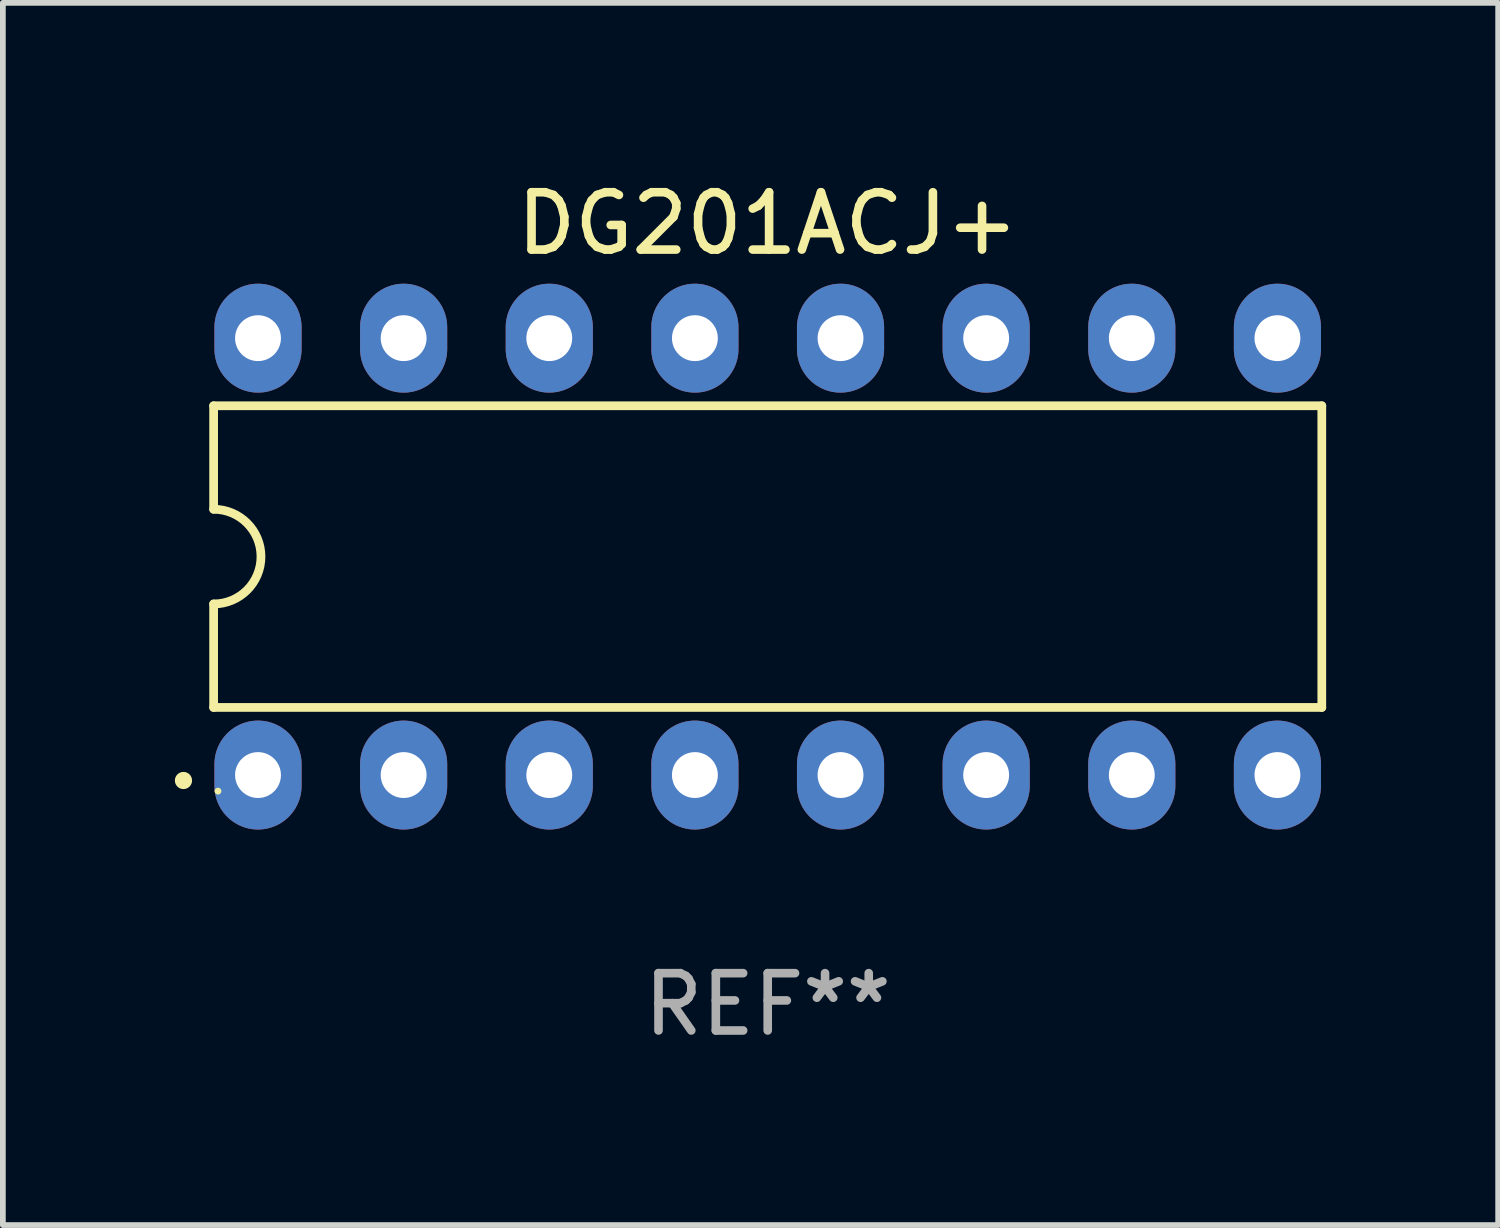
<source format=kicad_pcb>
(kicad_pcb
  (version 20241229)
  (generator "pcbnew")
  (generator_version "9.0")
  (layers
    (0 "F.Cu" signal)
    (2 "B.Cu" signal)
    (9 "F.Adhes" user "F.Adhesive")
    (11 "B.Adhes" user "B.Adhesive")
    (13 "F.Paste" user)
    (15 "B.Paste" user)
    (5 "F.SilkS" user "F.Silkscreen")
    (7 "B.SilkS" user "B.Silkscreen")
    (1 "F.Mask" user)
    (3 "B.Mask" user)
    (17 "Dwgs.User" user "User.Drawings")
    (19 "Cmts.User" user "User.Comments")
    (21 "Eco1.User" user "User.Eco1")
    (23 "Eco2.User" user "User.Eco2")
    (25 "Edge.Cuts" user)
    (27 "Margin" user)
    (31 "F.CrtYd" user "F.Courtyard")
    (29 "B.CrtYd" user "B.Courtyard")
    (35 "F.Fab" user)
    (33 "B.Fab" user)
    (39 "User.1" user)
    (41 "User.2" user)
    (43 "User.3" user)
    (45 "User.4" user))
  (footprint "DG201ACJ+"
    (layer "F.Cu")
    (at 10.34 6.658)
    (property "Reference" "DG201ACJ+" (at 0 -5.81 0) (layer "F.SilkS") (effects (font (size 1 1) (thickness 0.15))))
    (attr through_hole)
    (fp_line (start -9.664 -2.631) (end -9.664 -0.826) (stroke (width 0.152) (type solid)) (layer "F.SilkS"))
    (fp_line (start -9.664 0.826) (end -9.664 2.631) (stroke (width 0.152) (type solid)) (layer "F.SilkS"))
    (fp_line (start -9.664 2.631) (end 9.664 2.631) (stroke (width 0.152) (type solid)) (layer "F.SilkS"))
    (fp_line (start 9.664 -2.631) (end -9.664 -2.631) (stroke (width 0.152) (type solid)) (layer "F.SilkS"))
    (fp_line (start 9.664 2.631) (end 9.664 -2.631) (stroke (width 0.152) (type solid)) (layer "F.SilkS"))
    (fp_arc (start -9.663701 -0.825626) (mid -8.838075 0) (end -9.663701 0.825626) (stroke (width 0.1524) (type solid)) (layer "F.SilkS"))
    (fp_circle (center -10.19 3.905) (end -10.115 3.905) (stroke (width 0.15) (type solid)) (fill no) (layer "F.SilkS"))
    (fp_circle (center -9.588 4.09) (end -9.558 4.09) (stroke (width 0.06) (type solid)) (fill no) (layer "F.SilkS"))
    (fp_text user "REF**" (at 0 7.81 0) (layer "F.Fab") (effects (font (size 1 1) (thickness 0.15))))
    (pad "1" thru_hole oval (at -8.89 3.81) (size 1.52 1.9) (drill 0.8) (layers "*.Cu" "*.Mask"))
    (pad "2" thru_hole oval (at -6.35 3.81) (size 1.52 1.9) (drill 0.8) (layers "*.Cu" "*.Mask"))
    (pad "3" thru_hole oval (at -3.81 3.81) (size 1.52 1.9) (drill 0.8) (layers "*.Cu" "*.Mask"))
    (pad "4" thru_hole oval (at -1.27 3.81) (size 1.52 1.9) (drill 0.8) (layers "*.Cu" "*.Mask"))
    (pad "5" thru_hole oval (at 1.27 3.81) (size 1.52 1.9) (drill 0.8) (layers "*.Cu" "*.Mask"))
    (pad "6" thru_hole oval (at 3.81 3.81) (size 1.52 1.9) (drill 0.8) (layers "*.Cu" "*.Mask"))
    (pad "7" thru_hole oval (at 6.35 3.81) (size 1.52 1.9) (drill 0.8) (layers "*.Cu" "*.Mask"))
    (pad "8" thru_hole oval (at 8.89 3.81) (size 1.52 1.9) (drill 0.8) (layers "*.Cu" "*.Mask"))
    (pad "9" thru_hole oval (at 8.89 -3.81) (size 1.52 1.9) (drill 0.8) (layers "*.Cu" "*.Mask"))
    (pad "10" thru_hole oval (at 6.35 -3.81) (size 1.52 1.9) (drill 0.8) (layers "*.Cu" "*.Mask"))
    (pad "11" thru_hole oval (at 3.81 -3.81) (size 1.52 1.9) (drill 0.8) (layers "*.Cu" "*.Mask"))
    (pad "12" thru_hole oval (at 1.27 -3.81) (size 1.52 1.9) (drill 0.8) (layers "*.Cu" "*.Mask"))
    (pad "13" thru_hole oval (at -1.27 -3.81) (size 1.52 1.9) (drill 0.8) (layers "*.Cu" "*.Mask"))
    (pad "14" thru_hole oval (at -3.81 -3.81) (size 1.52 1.9) (drill 0.8) (layers "*.Cu" "*.Mask"))
    (pad "15" thru_hole oval (at -6.35 -3.81) (size 1.52 1.9) (drill 0.8) (layers "*.Cu" "*.Mask"))
    (pad "16" thru_hole oval (at -8.89 -3.81) (size 1.52 1.9) (drill 0.8) (layers "*.Cu" "*.Mask")))
  (gr_rect
    (start -3 -3)
    (end 23.08 18.317)
    (stroke (width 0.1) (type default))
    (fill no)
    (layer "Edge.Cuts")))
</source>
